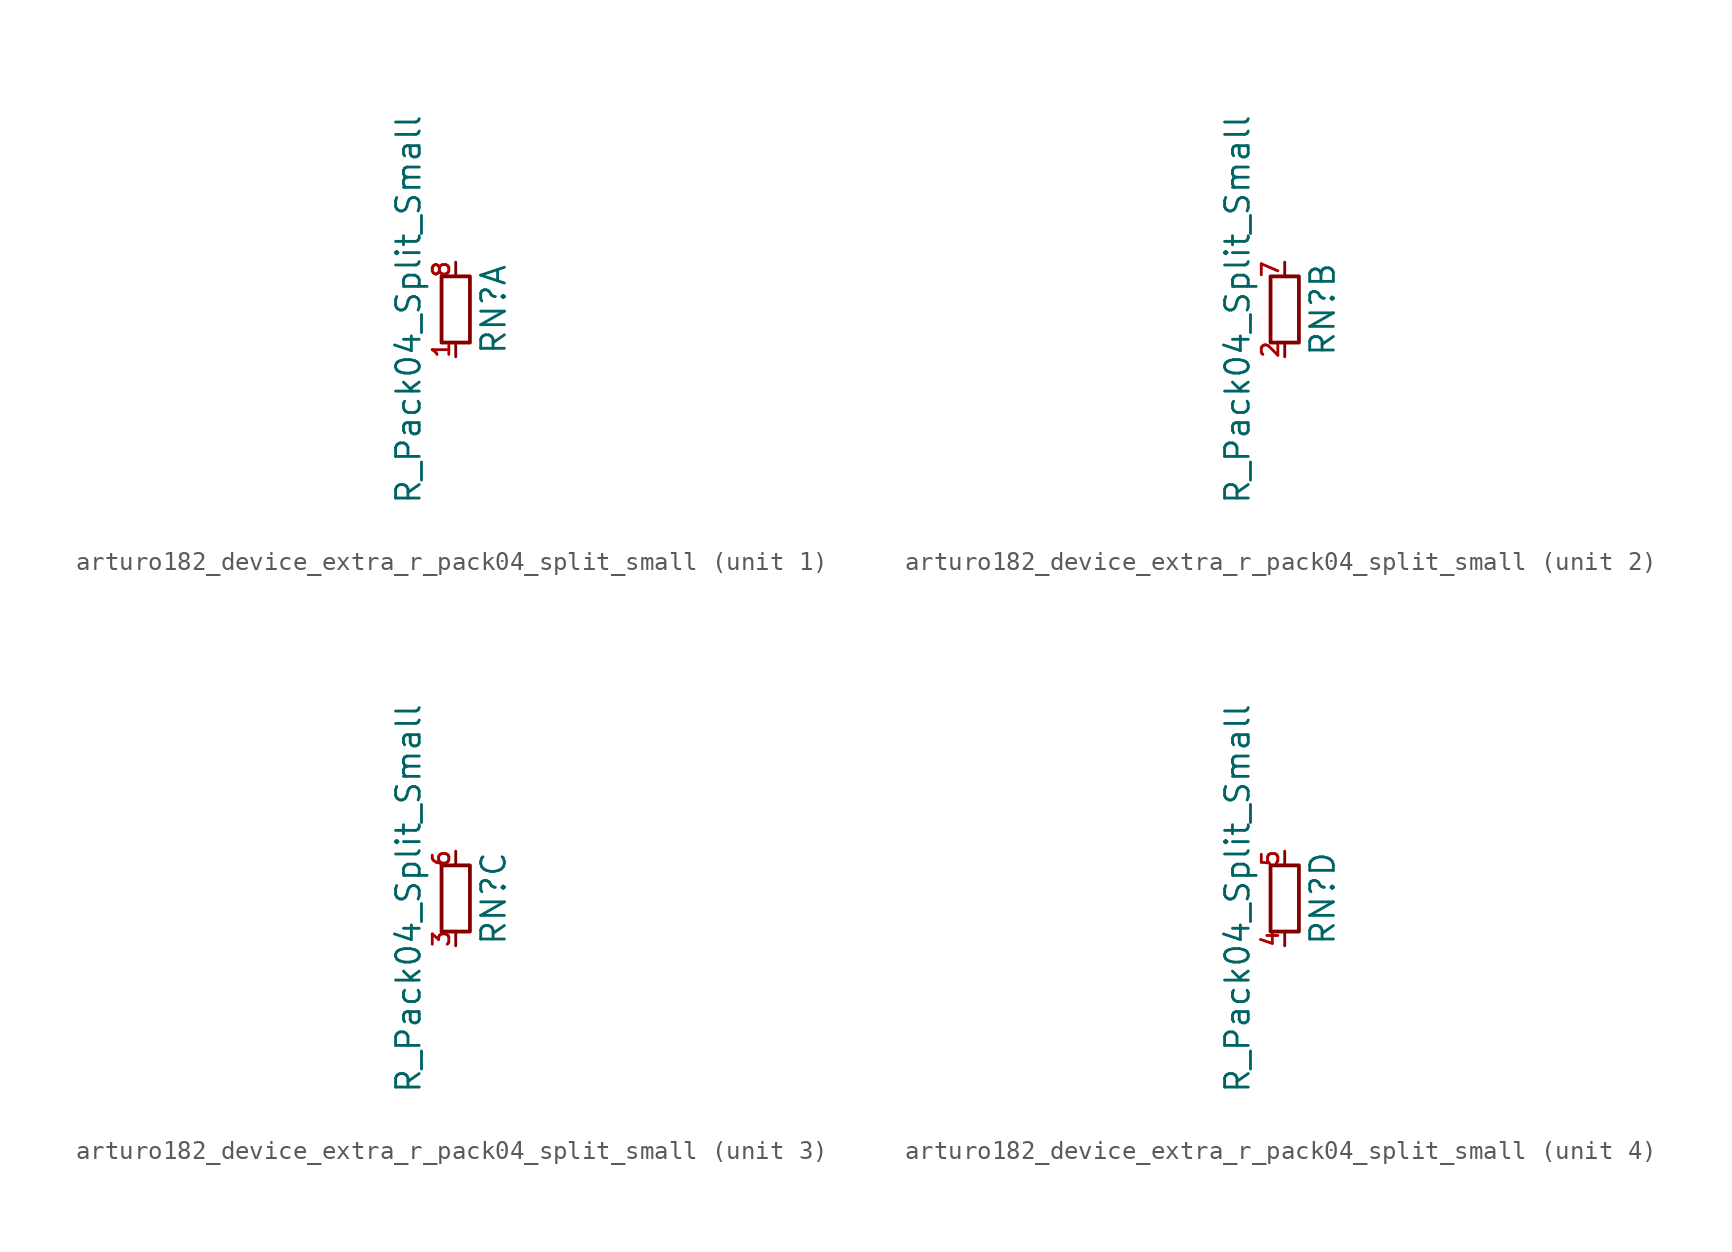
<source format=kicad_sym>
(kicad_symbol_lib
  (version 20220914)
  (generator kicad_symbol_editor)
  (symbol "arturo182_device_extra_r_pack04_split_small"
    (pin_names
      (offset 0) hide)
    (property "Reference" "RN"
      (at 2.032 0 90)
      (effects (font (size 1.27 1.27))))
    (property "Value" "R_Pack04_Split_Small"
      (at -2.54 0 90)
      (effects (font (size 1.27 1.27))))
    (symbol "arturo182_device_extra_r_pack04_split_small_0_1"
      (rectangle (start -0.762 1.778) (end 0.762 -1.778) (stroke (width 0.203) (type default)) (fill (type none))))
    (symbol "arturo182_device_extra_r_pack04_split_small_1_1"
      (pin passive line (at 0 -2.54 90) (length 0.762) (name "R1.1" (effects (font (size 1.27 1.27)))) (number "1" (effects (font (size 0.889 0.889)))))
      (pin passive line (at 0 2.54 270) (length 0.762) (name "R1.2" (effects (font (size 1.27 1.27)))) (number "8" (effects (font (size 0.889 0.889))))))
    (symbol "arturo182_device_extra_r_pack04_split_small_2_1"
      (pin passive line (at 0 -2.54 90) (length 0.762) (name "R1.1" (effects (font (size 1.27 1.27)))) (number "2" (effects (font (size 0.889 0.889)))))
      (pin passive line (at 0 2.54 270) (length 0.762) (name "R1.2" (effects (font (size 1.27 1.27)))) (number "7" (effects (font (size 0.889 0.889))))))
    (symbol "arturo182_device_extra_r_pack04_split_small_3_1"
      (pin passive line (at 0 -2.54 90) (length 0.762) (name "R1.1" (effects (font (size 1.27 1.27)))) (number "3" (effects (font (size 0.889 0.889)))))
      (pin passive line (at 0 2.54 270) (length 0.762) (name "R1.2" (effects (font (size 1.27 1.27)))) (number "6" (effects (font (size 0.889 0.889))))))
    (symbol "arturo182_device_extra_r_pack04_split_small_4_1"
      (pin passive line (at 0 -2.54 90) (length 0.762) (name "R1.1" (effects (font (size 1.27 1.27)))) (number "4" (effects (font (size 0.889 0.889)))))
      (pin passive line (at 0 2.54 270) (length 0.762) (name "R1.2" (effects (font (size 1.27 1.27)))) (number "5" (effects (font (size 0.889 0.889))))))))
</source>
